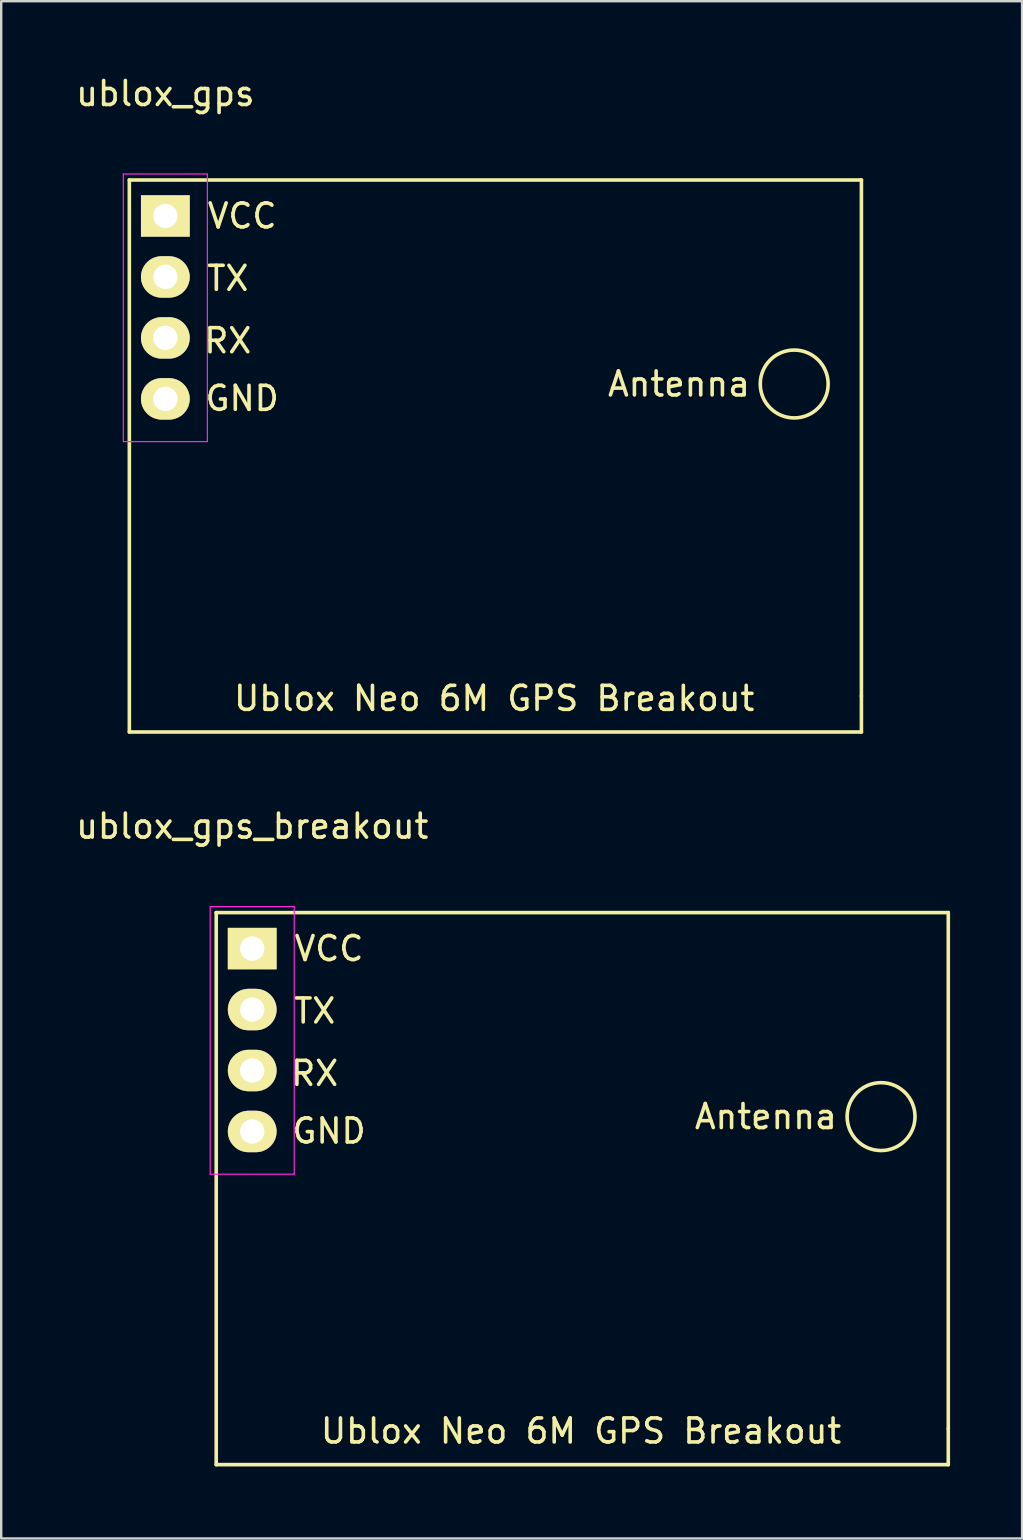
<source format=kicad_pcb>
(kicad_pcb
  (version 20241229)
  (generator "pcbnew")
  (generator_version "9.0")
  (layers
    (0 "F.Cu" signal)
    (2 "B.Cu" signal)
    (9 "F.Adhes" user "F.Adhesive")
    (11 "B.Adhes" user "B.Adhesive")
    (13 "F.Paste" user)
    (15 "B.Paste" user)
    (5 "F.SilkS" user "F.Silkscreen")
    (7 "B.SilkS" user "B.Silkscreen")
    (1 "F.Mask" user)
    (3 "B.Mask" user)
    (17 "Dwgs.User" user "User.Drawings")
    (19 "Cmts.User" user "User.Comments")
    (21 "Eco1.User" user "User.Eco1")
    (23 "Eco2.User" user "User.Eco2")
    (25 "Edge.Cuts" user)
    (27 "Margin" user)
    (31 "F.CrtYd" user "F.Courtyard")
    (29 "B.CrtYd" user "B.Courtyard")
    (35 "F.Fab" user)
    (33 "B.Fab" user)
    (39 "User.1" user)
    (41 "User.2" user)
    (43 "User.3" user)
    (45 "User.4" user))
  (footprint "ublox_gps"
    (layer "F.Cu")
    (at 3.839 5.948)
    (property "Reference" "ublox_gps" (at 0 -5.1 0) (layer "F.SilkS") (effects (font (size 1 1) (thickness 0.15))))
    (attr through_hole)
    (fp_line (start -1.5 -1.5) (end -1.5 21.5) (stroke (width 0.15) (type solid)) (layer "F.SilkS"))
    (fp_line (start -1.5 -1.5) (end 29 -1.5) (stroke (width 0.15) (type solid)) (layer "F.SilkS"))
    (fp_line (start -1.5 21.5) (end 29 21.5) (stroke (width 0.15) (type solid)) (layer "F.SilkS"))
    (fp_line (start 29 -1.5) (end 29 21.5) (stroke (width 0.15) (type solid)) (layer "F.SilkS"))
    (fp_line (start 29 20) (end 29 20) (stroke (width 0.15) (type solid)) (layer "F.SilkS"))
    (fp_circle (center 26.2 7) (end 25.2 8) (stroke (width 0.15) (type solid)) (fill no) (layer "F.SilkS"))
    (fp_line (start -1.75 -1.75) (end -1.75 9.4) (stroke (width 0.05) (type solid)) (layer "F.CrtYd"))
    (fp_line (start -1.75 -1.75) (end 1.75 -1.75) (stroke (width 0.05) (type solid)) (layer "F.CrtYd"))
    (fp_line (start -1.75 9.4) (end 1.75 9.4) (stroke (width 0.05) (type solid)) (layer "F.CrtYd"))
    (fp_line (start 1.75 -1.75) (end 1.75 9.4) (stroke (width 0.05) (type solid)) (layer "F.CrtYd"))
    (fp_text user "TX" (at 2.6 2.6 0) (layer "F.SilkS") (effects (font (size 1 1) (thickness 0.15))))
    (fp_text user "Ublox Neo 6M GPS Breakout" (at 13.7 20.1 0) (layer "F.SilkS") (effects (font (size 1 1) (thickness 0.15))))
    (fp_text user "GND" (at 3.2 7.6 0) (layer "F.SilkS") (effects (font (size 1 1) (thickness 0.15))))
    (fp_text user "RX" (at 2.6 5.2 0) (layer "F.SilkS") (effects (font (size 1 1) (thickness 0.15))))
    (fp_text user "VCC" (at 3.2 0 0) (layer "F.SilkS") (effects (font (size 1 1) (thickness 0.15))))
    (fp_text user "Antenna" (at 21.4 7 0) (layer "F.SilkS") (effects (font (size 1 1) (thickness 0.15))))
    (pad "1" thru_hole rect (at 0 0) (size 2.032 1.727) (drill 1.016) (layers "*.Cu" "*.Mask" "F.SilkS"))
    (pad "2" thru_hole oval (at 0 2.54) (size 2.032 1.727) (drill 1.016) (layers "*.Cu" "*.Mask" "F.SilkS"))
    (pad "3" thru_hole oval (at 0 5.08) (size 2.032 1.727) (drill 1.016) (layers "*.Cu" "*.Mask" "F.SilkS"))
    (pad "4" thru_hole oval (at 0 7.62) (size 2.032 1.727) (drill 1.016) (layers "*.Cu" "*.Mask" "F.SilkS")))
  (footprint "ublox_gps_breakout"
    (layer "F.Cu")
    (at 7.458 36.471)
    (property "Reference" "ublox_gps_breakout" (at 0 -5.1 0) (layer "F.SilkS") (effects (font (size 1 1) (thickness 0.15))))
    (attr through_hole)
    (fp_line (start -1.5 -1.5) (end -1.5 21.5) (stroke (width 0.15) (type solid)) (layer "F.SilkS"))
    (fp_line (start -1.5 -1.5) (end 29 -1.5) (stroke (width 0.15) (type solid)) (layer "F.SilkS"))
    (fp_line (start -1.5 21.5) (end 29 21.5) (stroke (width 0.15) (type solid)) (layer "F.SilkS"))
    (fp_line (start 29 -1.5) (end 29 21.5) (stroke (width 0.15) (type solid)) (layer "F.SilkS"))
    (fp_line (start 29 20) (end 29 20) (stroke (width 0.15) (type solid)) (layer "F.SilkS"))
    (fp_circle (center 26.2 7) (end 25.2 8) (stroke (width 0.15) (type solid)) (fill no) (layer "F.SilkS"))
    (fp_line (start -1.75 -1.75) (end -1.75 9.4) (stroke (width 0.05) (type solid)) (layer "F.CrtYd"))
    (fp_line (start -1.75 -1.75) (end 1.75 -1.75) (stroke (width 0.05) (type solid)) (layer "F.CrtYd"))
    (fp_line (start -1.75 9.4) (end 1.75 9.4) (stroke (width 0.05) (type solid)) (layer "F.CrtYd"))
    (fp_line (start 1.75 -1.75) (end 1.75 9.4) (stroke (width 0.05) (type solid)) (layer "F.CrtYd"))
    (fp_text user "VCC" (at 3.2 0 0) (layer "F.SilkS") (effects (font (size 1 1) (thickness 0.15))))
    (fp_text user "GND" (at 3.2 7.6 0) (layer "F.SilkS") (effects (font (size 1 1) (thickness 0.15))))
    (fp_text user "Ublox Neo 6M GPS Breakout" (at 13.7 20.1 0) (layer "F.SilkS") (effects (font (size 1 1) (thickness 0.15))))
    (fp_text user "RX" (at 2.6 5.2 0) (layer "F.SilkS") (effects (font (size 1 1) (thickness 0.15))))
    (fp_text user "TX" (at 2.6 2.6 0) (layer "F.SilkS") (effects (font (size 1 1) (thickness 0.15))))
    (fp_text user "Antenna" (at 21.4 7 0) (layer "F.SilkS") (effects (font (size 1 1) (thickness 0.15))))
    (pad "1" thru_hole rect (at 0 0) (size 2.032 1.727) (drill 1.016) (layers "*.Cu" "*.Mask" "F.SilkS"))
    (pad "2" thru_hole oval (at 0 2.54) (size 2.032 1.727) (drill 1.016) (layers "*.Cu" "*.Mask" "F.SilkS"))
    (pad "3" thru_hole oval (at 0 5.08) (size 2.032 1.727) (drill 1.016) (layers "*.Cu" "*.Mask" "F.SilkS"))
    (pad "4" thru_hole oval (at 0 7.62) (size 2.032 1.727) (drill 1.016) (layers "*.Cu" "*.Mask" "F.SilkS")))
  (gr_rect
    (start -3 -3)
    (end 39.533 61.047)
    (stroke (width 0.1) (type default))
    (fill no)
    (layer "Edge.Cuts")))
</source>
